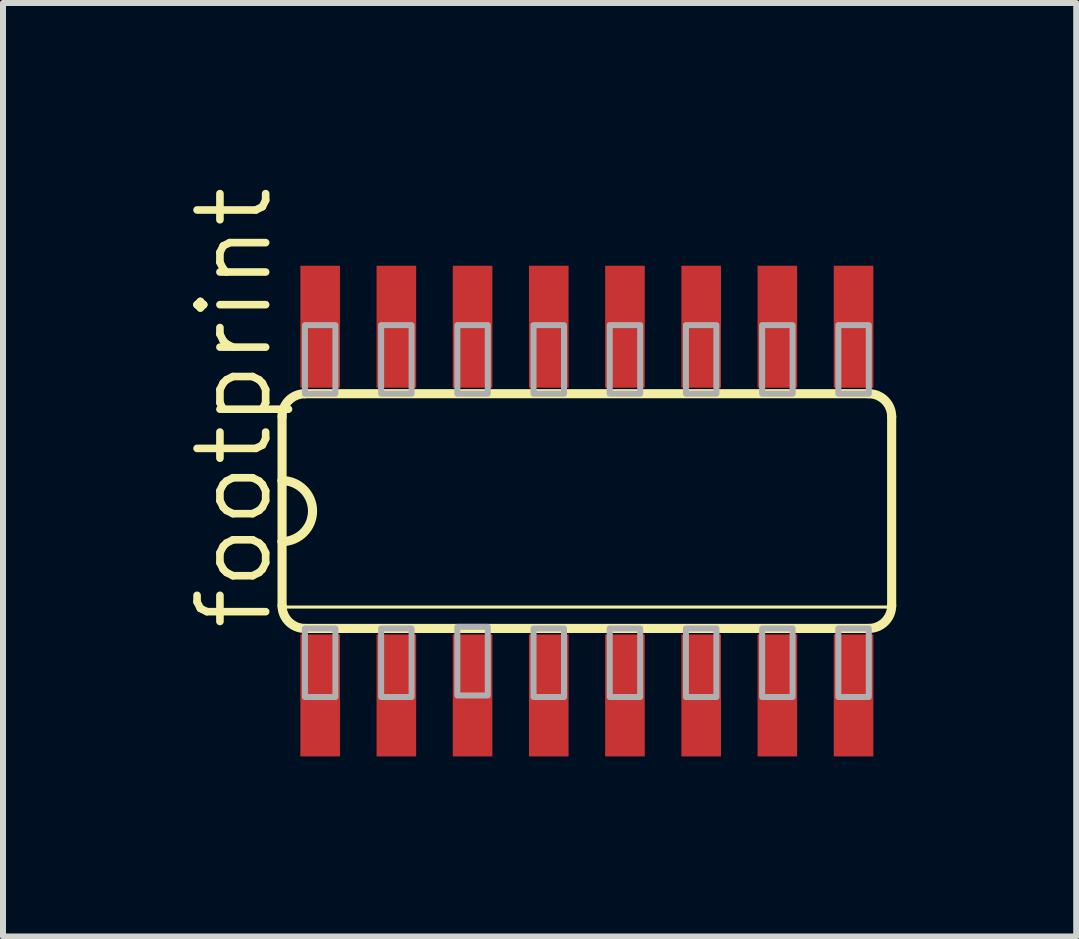
<source format=kicad_pcb>
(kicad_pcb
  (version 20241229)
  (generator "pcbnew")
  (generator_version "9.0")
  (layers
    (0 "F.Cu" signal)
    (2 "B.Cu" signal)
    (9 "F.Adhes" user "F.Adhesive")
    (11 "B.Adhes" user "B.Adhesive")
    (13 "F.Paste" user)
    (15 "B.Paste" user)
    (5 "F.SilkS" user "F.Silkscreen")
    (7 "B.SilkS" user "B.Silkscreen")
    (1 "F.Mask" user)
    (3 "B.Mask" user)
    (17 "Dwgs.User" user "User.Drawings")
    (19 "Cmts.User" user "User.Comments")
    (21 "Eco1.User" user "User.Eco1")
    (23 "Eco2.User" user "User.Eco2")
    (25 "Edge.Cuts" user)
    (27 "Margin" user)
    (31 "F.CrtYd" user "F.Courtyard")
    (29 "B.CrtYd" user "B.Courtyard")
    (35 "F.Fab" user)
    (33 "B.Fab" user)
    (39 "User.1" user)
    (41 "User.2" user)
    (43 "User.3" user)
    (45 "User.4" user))
  (footprint "footprint"
    (layer "F.Cu")
    (at 6.731 5.468)
    (property "Reference" "footprint" (at -5.207 2.032 90) (layer "F.SilkS") (effects (font (size 1.143 1.143) (thickness 0.127)) (justify left bottom)))
    (fp_line (start -5.08 -1.575) (end -5.08 -0.508) (stroke (width 0.152) (type solid)) (layer "F.SilkS"))
    (fp_line (start -5.08 -0.508) (end -5.08 0.508) (stroke (width 0.152) (type solid)) (layer "F.SilkS"))
    (fp_line (start -5.08 0.508) (end -5.08 1.575) (stroke (width 0.152) (type solid)) (layer "F.SilkS"))
    (fp_line (start -5.08 1.6) (end 5.08 1.6) (stroke (width 0.051) (type solid)) (layer "F.SilkS"))
    (fp_line (start -4.699 1.956) (end 4.699 1.956) (stroke (width 0.152) (type solid)) (layer "F.SilkS"))
    (fp_line (start 4.699 -1.956) (end -4.699 -1.956) (stroke (width 0.152) (type solid)) (layer "F.SilkS"))
    (fp_line (start 5.08 1.575) (end 5.08 -1.575) (stroke (width 0.152) (type solid)) (layer "F.SilkS"))
    (fp_arc (start -5.08 -1.5748) (mid -4.968408 -1.844208) (end -4.699 -1.9558) (stroke (width 0.1524) (type solid)) (layer "F.SilkS"))
    (fp_arc (start -5.08 -0.508) (mid -4.572 0) (end -5.08 0.508) (stroke (width 0.1524) (type solid)) (layer "F.SilkS"))
    (fp_arc (start -4.699 1.9558) (mid -4.968408 1.844208) (end -5.08 1.5748) (stroke (width 0.1524) (type solid)) (layer "F.SilkS"))
    (fp_arc (start 4.699 -1.9558) (mid 4.968408 -1.844208) (end 5.08 -1.5748) (stroke (width 0.1524) (type solid)) (layer "F.SilkS"))
    (fp_arc (start 5.08 1.5748) (mid 4.968408 1.844208) (end 4.699 1.9558) (stroke (width 0.1524) (type solid)) (layer "F.SilkS"))
    (fp_poly (pts (xy -4.699 -1.956) (xy -4.191 -1.956) (xy -4.191 -3.099) (xy -4.699 -3.099)) (stroke (width 0.1) (type solid)) (fill no) (layer "F.Fab"))
    (fp_poly (pts (xy -4.699 3.099) (xy -4.191 3.099) (xy -4.191 1.956) (xy -4.699 1.956)) (stroke (width 0.1) (type solid)) (fill no) (layer "F.Fab"))
    (fp_poly (pts (xy -3.429 -1.956) (xy -2.921 -1.956) (xy -2.921 -3.099) (xy -3.429 -3.099)) (stroke (width 0.1) (type solid)) (fill no) (layer "F.Fab"))
    (fp_poly (pts (xy -3.429 3.099) (xy -2.921 3.099) (xy -2.921 1.956) (xy -3.429 1.956)) (stroke (width 0.1) (type solid)) (fill no) (layer "F.Fab"))
    (fp_poly (pts (xy -2.159 -1.956) (xy -1.651 -1.956) (xy -1.651 -3.099) (xy -2.159 -3.099)) (stroke (width 0.1) (type solid)) (fill no) (layer "F.Fab"))
    (fp_poly (pts (xy -2.159 3.073) (xy -1.651 3.073) (xy -1.651 1.93) (xy -2.159 1.93)) (stroke (width 0.1) (type solid)) (fill no) (layer "F.Fab"))
    (fp_poly (pts (xy -0.889 -1.956) (xy -0.381 -1.956) (xy -0.381 -3.099) (xy -0.889 -3.099)) (stroke (width 0.1) (type solid)) (fill no) (layer "F.Fab"))
    (fp_poly (pts (xy -0.889 3.099) (xy -0.381 3.099) (xy -0.381 1.956) (xy -0.889 1.956)) (stroke (width 0.1) (type solid)) (fill no) (layer "F.Fab"))
    (fp_poly (pts (xy 0.381 -1.956) (xy 0.889 -1.956) (xy 0.889 -3.099) (xy 0.381 -3.099)) (stroke (width 0.1) (type solid)) (fill no) (layer "F.Fab"))
    (fp_poly (pts (xy 0.381 3.099) (xy 0.889 3.099) (xy 0.889 1.956) (xy 0.381 1.956)) (stroke (width 0.1) (type solid)) (fill no) (layer "F.Fab"))
    (fp_poly (pts (xy 1.651 -1.956) (xy 2.159 -1.956) (xy 2.159 -3.099) (xy 1.651 -3.099)) (stroke (width 0.1) (type solid)) (fill no) (layer "F.Fab"))
    (fp_poly (pts (xy 1.651 3.099) (xy 2.159 3.099) (xy 2.159 1.956) (xy 1.651 1.956)) (stroke (width 0.1) (type solid)) (fill no) (layer "F.Fab"))
    (fp_poly (pts (xy 2.921 -1.956) (xy 3.429 -1.956) (xy 3.429 -3.099) (xy 2.921 -3.099)) (stroke (width 0.1) (type solid)) (fill no) (layer "F.Fab"))
    (fp_poly (pts (xy 2.921 3.099) (xy 3.429 3.099) (xy 3.429 1.956) (xy 2.921 1.956)) (stroke (width 0.1) (type solid)) (fill no) (layer "F.Fab"))
    (fp_poly (pts (xy 4.191 -1.956) (xy 4.699 -1.956) (xy 4.699 -3.099) (xy 4.191 -3.099)) (stroke (width 0.1) (type solid)) (fill no) (layer "F.Fab"))
    (fp_poly (pts (xy 4.191 3.099) (xy 4.699 3.099) (xy 4.699 1.956) (xy 4.191 1.956)) (stroke (width 0.1) (type solid)) (fill no) (layer "F.Fab"))
    (pad "1" smd rect (at -4.445 3.073) (size 0.66 2.032) (layers "F.Cu" "F.Mask" "F.Paste"))
    (pad "2" smd rect (at -3.175 3.073) (size 0.66 2.032) (layers "F.Cu" "F.Mask" "F.Paste"))
    (pad "3" smd rect (at -1.905 3.073) (size 0.66 2.032) (layers "F.Cu" "F.Mask" "F.Paste"))
    (pad "4" smd rect (at -0.635 3.073) (size 0.66 2.032) (layers "F.Cu" "F.Mask" "F.Paste"))
    (pad "5" smd rect (at 0.635 3.073) (size 0.66 2.032) (layers "F.Cu" "F.Mask" "F.Paste"))
    (pad "6" smd rect (at 1.905 3.073) (size 0.66 2.032) (layers "F.Cu" "F.Mask" "F.Paste"))
    (pad "7" smd rect (at 3.175 3.073) (size 0.66 2.032) (layers "F.Cu" "F.Mask" "F.Paste"))
    (pad "8" smd rect (at 4.445 3.073) (size 0.66 2.032) (layers "F.Cu" "F.Mask" "F.Paste"))
    (pad "9" smd rect (at 4.445 -3.073) (size 0.66 2.032) (layers "F.Cu" "F.Mask" "F.Paste"))
    (pad "10" smd rect (at 3.175 -3.073) (size 0.66 2.032) (layers "F.Cu" "F.Mask" "F.Paste"))
    (pad "11" smd rect (at 1.905 -3.073) (size 0.66 2.032) (layers "F.Cu" "F.Mask" "F.Paste"))
    (pad "12" smd rect (at 0.635 -3.073) (size 0.66 2.032) (layers "F.Cu" "F.Mask" "F.Paste"))
    (pad "13" smd rect (at -0.635 -3.073) (size 0.66 2.032) (layers "F.Cu" "F.Mask" "F.Paste"))
    (pad "14" smd rect (at -1.905 -3.073) (size 0.66 2.032) (layers "F.Cu" "F.Mask" "F.Paste"))
    (pad "15" smd rect (at -3.175 -3.073) (size 0.66 2.032) (layers "F.Cu" "F.Mask" "F.Paste"))
    (pad "16" smd rect (at -4.445 -3.073) (size 0.66 2.032) (layers "F.Cu" "F.Mask" "F.Paste")))
  (gr_rect
    (start -3 -3)
    (end 14.887 12.558)
    (stroke (width 0.1) (type default))
    (fill no)
    (layer "Edge.Cuts")))
</source>
